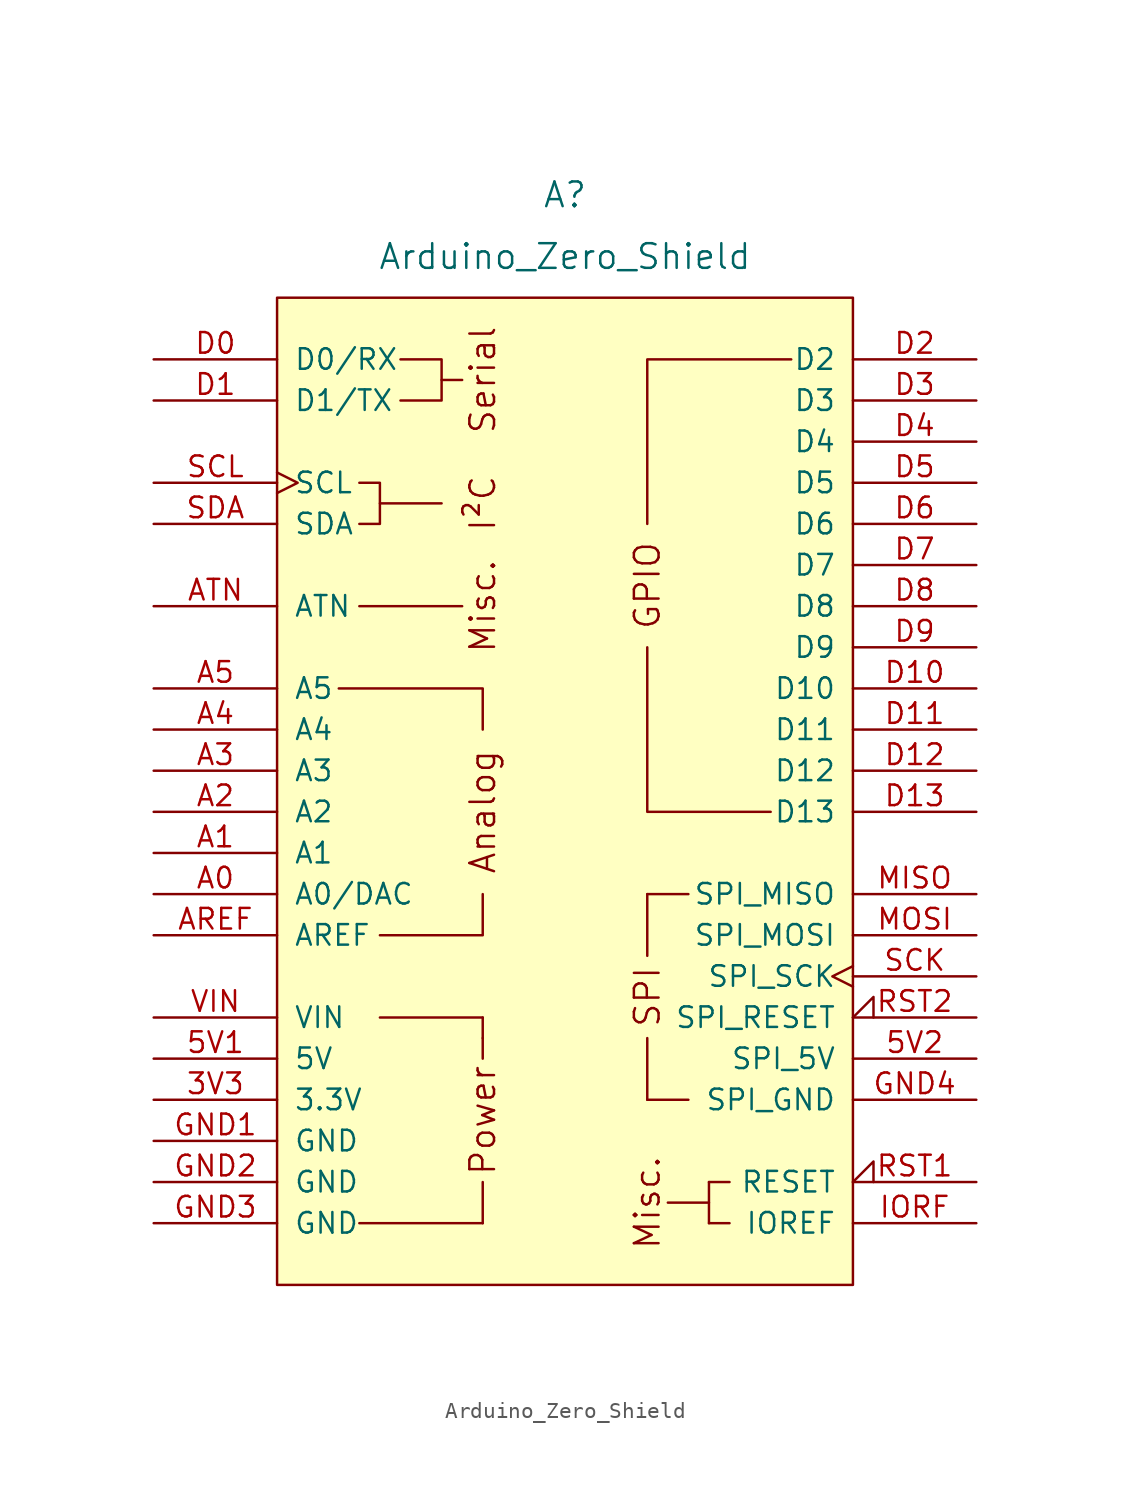
<source format=kicad_sym>
(kicad_symbol_lib
  (version 20241209)
  (generator "kicad_symbol_editor")
  (generator_version "9.0")
  (symbol "Arduino_Zero_Shield"
    (pin_names
      (offset 1.016))
    (property "Reference" "A"
      (at 0 36.83 0)
      (effects (font (size 1.524 1.524))))
    (property "Value" "Arduino_Zero_Shield"
      (at 0 33.02 0)
      (effects (font (size 1.524 1.524))))
    (symbol "Arduino_Zero_Shield_0_0"
      (rectangle (start -17.78 30.48) (end 17.78 -30.48) (stroke (width 0) (type default)) (fill (type background)))
      (polyline (pts (xy -12.7 19.05) (xy -11.43 19.05) (xy -11.43 16.51) (xy -12.7 16.51)) (stroke (width 0) (type default)) (fill (type none)))
      (rectangle (start -12.7 -26.67) (end -5.08 -26.67) (stroke (width 0) (type default)) (fill (type none)))
      (polyline (pts (xy -11.43 17.78) (xy -7.62 17.78)) (stroke (width 0) (type default)) (fill (type none)))
      (rectangle (start -11.43 -13.97) (end -5.08 -13.97) (stroke (width 0) (type default)) (fill (type none)))
      (polyline (pts (xy -10.16 26.67) (xy -7.62 26.67) (xy -7.62 24.13) (xy -10.16 24.13)) (stroke (width 0) (type default)) (fill (type none)))
      (polyline (pts (xy -7.62 25.4) (xy -6.35 25.4)) (stroke (width 0) (type default)) (fill (type none)))
      (polyline (pts (xy -6.35 11.43) (xy -12.7 11.43)) (stroke (width 0) (type default)) (fill (type none)))
      (polyline (pts (xy -5.08 3.81) (xy -5.08 6.35) (xy -13.97 6.35)) (stroke (width 0) (type default)) (fill (type none)))
      (polyline (pts (xy -5.08 -6.35) (xy -5.08 -8.89) (xy -11.43 -8.89)) (stroke (width 0) (type default)) (fill (type none)))
      (polyline (pts (xy -5.08 -13.97) (xy -5.08 -15.24)) (stroke (width 0) (type default)) (fill (type none)))
      (polyline (pts (xy -5.08 -15.24) (xy -5.08 -16.51)) (stroke (width 0) (type default)) (fill (type none)))
      (polyline (pts (xy -5.08 -26.67) (xy -5.08 -24.13)) (stroke (width 0) (type default)) (fill (type none)))
      (polyline (pts (xy 5.08 16.51) (xy 5.08 26.67) (xy 13.97 26.67)) (stroke (width 0) (type default)) (fill (type none)))
      (polyline (pts (xy 5.08 8.89) (xy 5.08 -1.27) (xy 12.7 -1.27)) (stroke (width 0) (type default)) (fill (type none)))
      (rectangle (start 5.08 -10.16) (end 5.08 -6.35) (stroke (width 0) (type default)) (fill (type none)))
      (rectangle (start 5.08 -19.05) (end 5.08 -15.24) (stroke (width 0) (type default)) (fill (type none)))
      (rectangle (start 5.08 -19.05) (end 7.62 -19.05) (stroke (width 0) (type default)) (fill (type none)))
      (rectangle (start 7.62 -6.35) (end 5.08 -6.35) (stroke (width 0) (type default)) (fill (type none)))
      (rectangle (start 8.89 -24.13) (end 8.89 -26.67) (stroke (width 0) (type default)) (fill (type none)))
      (rectangle (start 8.89 -25.4) (end 6.35 -25.4) (stroke (width 0) (type default)) (fill (type none)))
      (rectangle (start 10.16 -24.13) (end 8.89 -24.13) (stroke (width 0) (type default)) (fill (type none)))
      (rectangle (start 10.16 -26.67) (end 8.89 -26.67) (stroke (width 0) (type default)) (fill (type none)))
      (text "Serial" (at -5.08 25.4 900) (effects (font (size 1.524 1.524))))
      (text "I²C" (at -5.08 17.78 900) (effects (font (size 1.524 1.524))))
      (text "Misc." (at -5.08 11.43 900) (effects (font (size 1.524 1.524))))
      (text "Analog" (at -5.08 -1.27 900) (effects (font (size 1.524 1.524))))
      (text "Power" (at -5.08 -20.32 900) (effects (font (size 1.524 1.524))))
      (text "SPI" (at 5.08 -12.7 900) (effects (font (size 1.524 1.524))))
      (text "Misc." (at 5.08 -25.4 900) (effects (font (size 1.524 1.524)))))
    (symbol "Arduino_Zero_Shield_1_0"
      (text "GPIO" (at 5.08 12.7 900) (effects (font (size 1.524 1.524)))))
    (symbol "Arduino_Zero_Shield_1_1"
      (pin bidirectional line (at -25.4 26.67 0) (length 7.62) (name "D0/RX" (effects (font (size 1.27 1.27)))) (number "D0" (effects (font (size 1.27 1.27)))))
      (pin bidirectional line (at -25.4 24.13 0) (length 7.62) (name "D1/TX" (effects (font (size 1.27 1.27)))) (number "D1" (effects (font (size 1.27 1.27)))))
      (pin bidirectional clock (at -25.4 19.05 0) (length 7.62) (name "SCL" (effects (font (size 1.27 1.27)))) (number "SCL" (effects (font (size 1.27 1.27)))))
      (pin bidirectional line (at -25.4 16.51 0) (length 7.62) (name "SDA" (effects (font (size 1.27 1.27)))) (number "SDA" (effects (font (size 1.27 1.27)))))
      (pin bidirectional line (at -25.4 11.43 0) (length 7.62) (name "ATN" (effects (font (size 1.27 1.27)))) (number "ATN" (effects (font (size 1.27 1.27)))))
      (pin bidirectional line (at -25.4 6.35 0) (length 7.62) (name "A5" (effects (font (size 1.27 1.27)))) (number "A5" (effects (font (size 1.27 1.27)))))
      (pin bidirectional line (at -25.4 3.81 0) (length 7.62) (name "A4" (effects (font (size 1.27 1.27)))) (number "A4" (effects (font (size 1.27 1.27)))))
      (pin bidirectional line (at -25.4 1.27 0) (length 7.62) (name "A3" (effects (font (size 1.27 1.27)))) (number "A3" (effects (font (size 1.27 1.27)))))
      (pin bidirectional line (at -25.4 -1.27 0) (length 7.62) (name "A2" (effects (font (size 1.27 1.27)))) (number "A2" (effects (font (size 1.27 1.27)))))
      (pin bidirectional line (at -25.4 -3.81 0) (length 7.62) (name "A1" (effects (font (size 1.27 1.27)))) (number "A1" (effects (font (size 1.27 1.27)))))
      (pin bidirectional line (at -25.4 -6.35 0) (length 7.62) (name "A0/DAC" (effects (font (size 1.27 1.27)))) (number "A0" (effects (font (size 1.27 1.27)))))
      (pin input line (at -25.4 -8.89 0) (length 7.62) (name "AREF" (effects (font (size 1.27 1.27)))) (number "AREF" (effects (font (size 1.27 1.27)))))
      (pin power_in line (at -25.4 -13.97 0) (length 7.62) (name "VIN" (effects (font (size 1.27 1.27)))) (number "VIN" (effects (font (size 1.27 1.27)))))
      (pin power_in line (at -25.4 -16.51 0) (length 7.62) (name "5V" (effects (font (size 1.27 1.27)))) (number "5V1" (effects (font (size 1.27 1.27)))))
      (pin power_in line (at -25.4 -19.05 0) (length 7.62) (name "3.3V" (effects (font (size 1.27 1.27)))) (number "3V3" (effects (font (size 1.27 1.27)))))
      (pin power_in line (at -25.4 -21.59 0) (length 7.62) (name "GND" (effects (font (size 1.27 1.27)))) (number "GND1" (effects (font (size 1.27 1.27)))))
      (pin power_in line (at -25.4 -24.13 0) (length 7.62) (name "GND" (effects (font (size 1.27 1.27)))) (number "GND2" (effects (font (size 1.27 1.27)))))
      (pin power_in line (at -25.4 -26.67 0) (length 7.62) (name "GND" (effects (font (size 1.27 1.27)))) (number "GND3" (effects (font (size 1.27 1.27)))))
      (pin bidirectional line (at 25.4 26.67 180) (length 7.62) (name "D2" (effects (font (size 1.27 1.27)))) (number "D2" (effects (font (size 1.27 1.27)))))
      (pin bidirectional line (at 25.4 24.13 180) (length 7.62) (name "D3" (effects (font (size 1.27 1.27)))) (number "D3" (effects (font (size 1.27 1.27)))))
      (pin bidirectional line (at 25.4 21.59 180) (length 7.62) (name "D4" (effects (font (size 1.27 1.27)))) (number "D4" (effects (font (size 1.27 1.27)))))
      (pin bidirectional line (at 25.4 19.05 180) (length 7.62) (name "D5" (effects (font (size 1.27 1.27)))) (number "D5" (effects (font (size 1.27 1.27)))))
      (pin bidirectional line (at 25.4 16.51 180) (length 7.62) (name "D6" (effects (font (size 1.27 1.27)))) (number "D6" (effects (font (size 1.27 1.27)))))
      (pin bidirectional line (at 25.4 13.97 180) (length 7.62) (name "D7" (effects (font (size 1.27 1.27)))) (number "D7" (effects (font (size 1.27 1.27)))))
      (pin bidirectional line (at 25.4 11.43 180) (length 7.62) (name "D8" (effects (font (size 1.27 1.27)))) (number "D8" (effects (font (size 1.27 1.27)))))
      (pin bidirectional line (at 25.4 8.89 180) (length 7.62) (name "D9" (effects (font (size 1.27 1.27)))) (number "D9" (effects (font (size 1.27 1.27)))))
      (pin bidirectional line (at 25.4 6.35 180) (length 7.62) (name "D10" (effects (font (size 1.27 1.27)))) (number "D10" (effects (font (size 1.27 1.27)))))
      (pin bidirectional line (at 25.4 3.81 180) (length 7.62) (name "D11" (effects (font (size 1.27 1.27)))) (number "D11" (effects (font (size 1.27 1.27)))))
      (pin bidirectional line (at 25.4 1.27 180) (length 7.62) (name "D12" (effects (font (size 1.27 1.27)))) (number "D12" (effects (font (size 1.27 1.27)))))
      (pin bidirectional line (at 25.4 -1.27 180) (length 7.62) (name "D13" (effects (font (size 1.27 1.27)))) (number "D13" (effects (font (size 1.27 1.27)))))
      (pin input line (at 25.4 -6.35 180) (length 7.62) (name "SPI_MISO" (effects (font (size 1.27 1.27)))) (number "MISO" (effects (font (size 1.27 1.27)))))
      (pin output line (at 25.4 -8.89 180) (length 7.62) (name "SPI_MOSI" (effects (font (size 1.27 1.27)))) (number "MOSI" (effects (font (size 1.27 1.27)))))
      (pin output clock (at 25.4 -11.43 180) (length 7.62) (name "SPI_SCK" (effects (font (size 1.27 1.27)))) (number "SCK" (effects (font (size 1.27 1.27)))))
      (pin open_collector input_low (at 25.4 -13.97 180) (length 7.62) (name "SPI_RESET" (effects (font (size 1.27 1.27)))) (number "RST2" (effects (font (size 1.27 1.27)))))
      (pin power_in line (at 25.4 -16.51 180) (length 7.62) (name "SPI_5V" (effects (font (size 1.27 1.27)))) (number "5V2" (effects (font (size 1.27 1.27)))))
      (pin power_in line (at 25.4 -19.05 180) (length 7.62) (name "SPI_GND" (effects (font (size 1.27 1.27)))) (number "GND4" (effects (font (size 1.27 1.27)))))
      (pin open_collector input_low (at 25.4 -24.13 180) (length 7.62) (name "RESET" (effects (font (size 1.27 1.27)))) (number "RST1" (effects (font (size 1.27 1.27)))))
      (pin output line (at 25.4 -26.67 180) (length 7.62) (name "IOREF" (effects (font (size 1.27 1.27)))) (number "IORF" (effects (font (size 1.27 1.27))))))))
</source>
